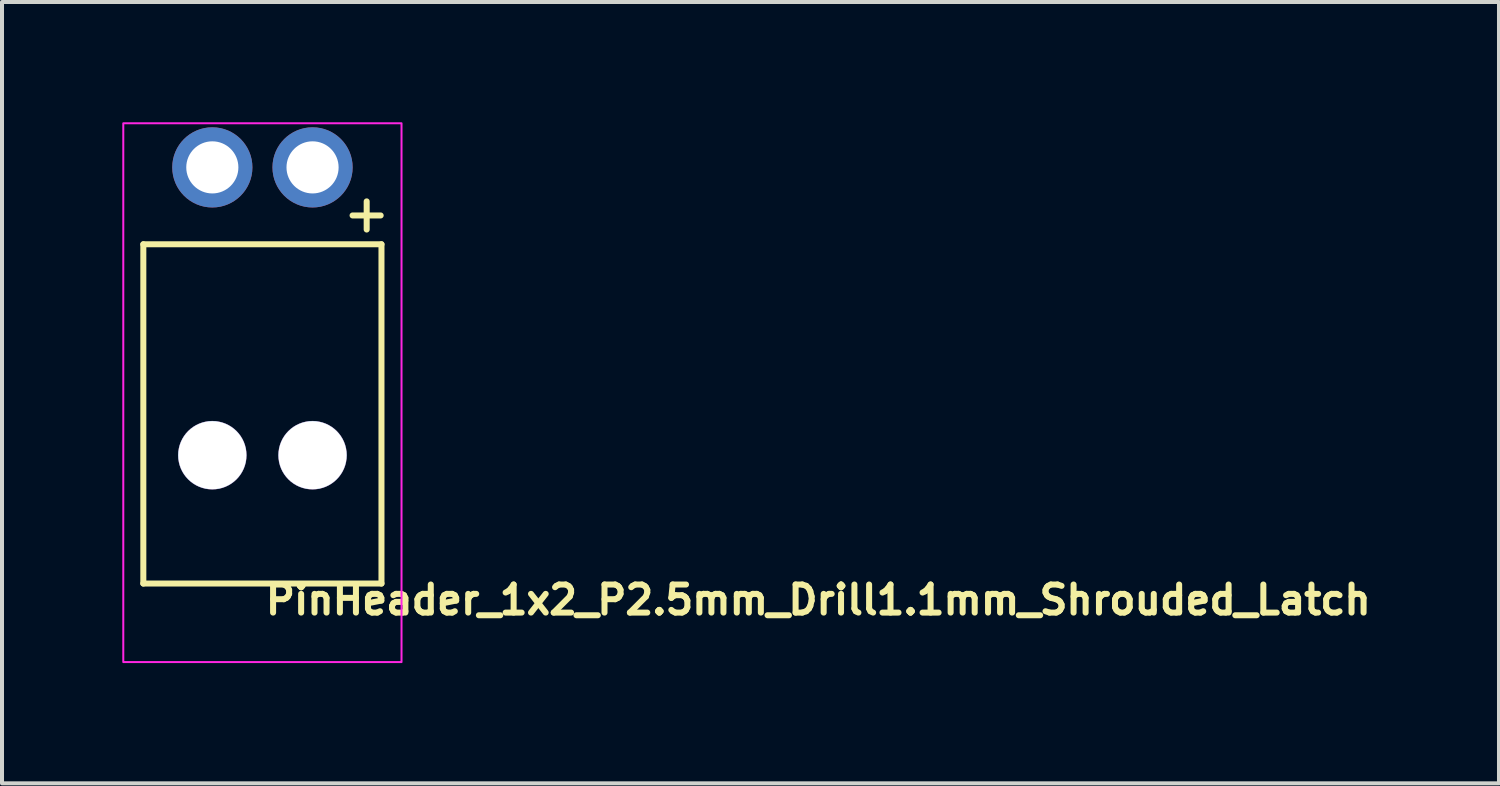
<source format=kicad_pcb>
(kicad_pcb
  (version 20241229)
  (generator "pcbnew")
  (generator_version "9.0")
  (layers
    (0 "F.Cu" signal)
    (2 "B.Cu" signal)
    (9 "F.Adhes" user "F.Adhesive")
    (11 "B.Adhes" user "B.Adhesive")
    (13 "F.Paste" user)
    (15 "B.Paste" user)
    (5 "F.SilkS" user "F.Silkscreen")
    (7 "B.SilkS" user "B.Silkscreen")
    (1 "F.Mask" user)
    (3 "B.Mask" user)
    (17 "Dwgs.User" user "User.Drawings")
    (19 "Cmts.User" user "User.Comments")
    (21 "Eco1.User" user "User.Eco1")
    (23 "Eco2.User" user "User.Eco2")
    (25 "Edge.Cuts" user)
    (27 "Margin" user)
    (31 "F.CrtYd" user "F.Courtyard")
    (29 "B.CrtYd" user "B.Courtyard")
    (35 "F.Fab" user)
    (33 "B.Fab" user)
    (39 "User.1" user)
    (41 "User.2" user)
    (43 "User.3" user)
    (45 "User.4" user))
  (footprint "PinHeader_1x2_P2.5mm_Drill1.1mm_Shrouded_Latch"
    (layer "F.Cu")
    (at 4.746 1.125)
    (property "Reference" "PinHeader_1x2_P2.5mm_Drill1.1mm_Shrouded_Latch" (at -1.25 11.198 0) (layer "F.SilkS") (effects (font (size 0.7 0.7) (thickness 0.15)) (justify left bottom)))
    (attr through_hole)
    (fp_line (start -4.221 1.918) (end -4.221 10.38) (stroke (width 0.15) (type solid)) (layer "F.SilkS"))
    (fp_line (start -4.221 1.918) (end 1.719 1.918) (stroke (width 0.15) (type solid)) (layer "F.SilkS"))
    (fp_line (start -4.221 10.38) (end 1.719 10.38) (stroke (width 0.15) (type solid)) (layer "F.SilkS"))
    (fp_line (start 0.998 1.199) (end 1.699 1.199) (stroke (width 0.15) (type solid)) (layer "F.SilkS"))
    (fp_line (start 1.35 1.55) (end 1.35 0.848) (stroke (width 0.15) (type solid)) (layer "F.SilkS"))
    (fp_line (start 1.719 1.918) (end 1.719 10.38) (stroke (width 0.15) (type solid)) (layer "F.SilkS"))
    (fp_rect (start -4.721 -1.1) (end 2.219 12.339) (stroke (width 0.05) (type solid)) (fill no) (layer "F.CrtYd"))
    (fp_rect (start -4.221 -0.6) (end 1.719 11.839) (stroke (width 0.1) (type solid)) (fill no) (layer "User.5"))
    (fp_line (start -4.221 1.918) (end -4.221 10.38) (stroke (width 0.02) (type solid)) (layer "User.9"))
    (fp_line (start -4.221 10.38) (end -3.851 10.38) (stroke (width 0.02) (type solid)) (layer "User.9"))
    (fp_line (start -3.851 5.616) (end -3.85 5.605) (stroke (width 0.02) (type solid)) (layer "User.9"))
    (fp_line (start -3.851 5.616) (end -3.85 5.605) (stroke (width 0.02) (type solid)) (layer "User.9"))
    (fp_line (start -3.851 5.629) (end -3.851 5.616) (stroke (width 0.02) (type solid)) (layer "User.9"))
    (fp_line (start -3.851 5.629) (end -3.851 5.616) (stroke (width 0.02) (type solid)) (layer "User.9"))
    (fp_line (start -3.851 5.629) (end -3.601 5.629) (stroke (width 0.02) (type solid)) (layer "User.9"))
    (fp_line (start -3.851 11.839) (end -3.851 5.629) (stroke (width 0.02) (type solid)) (layer "User.9"))
    (fp_line (start -3.85 5.605) (end -3.848 5.592) (stroke (width 0.02) (type solid)) (layer "User.9"))
    (fp_line (start -3.85 5.605) (end -3.848 5.592) (stroke (width 0.02) (type solid)) (layer "User.9"))
    (fp_line (start -3.848 5.592) (end -3.847 5.581) (stroke (width 0.02) (type solid)) (layer "User.9"))
    (fp_line (start -3.848 5.592) (end -3.847 5.581) (stroke (width 0.02) (type solid)) (layer "User.9"))
    (fp_line (start -3.847 5.581) (end -3.843 5.568) (stroke (width 0.02) (type solid)) (layer "User.9"))
    (fp_line (start -3.847 5.581) (end -3.843 5.568) (stroke (width 0.02) (type solid)) (layer "User.9"))
    (fp_line (start -3.843 5.568) (end -3.84 5.557) (stroke (width 0.02) (type solid)) (layer "User.9"))
    (fp_line (start -3.843 5.568) (end -3.84 5.557) (stroke (width 0.02) (type solid)) (layer "User.9"))
    (fp_line (start -3.84 5.557) (end -3.837 5.544) (stroke (width 0.02) (type solid)) (layer "User.9"))
    (fp_line (start -3.84 5.557) (end -3.837 5.544) (stroke (width 0.02) (type solid)) (layer "User.9"))
    (fp_line (start -3.837 5.544) (end -3.831 5.533) (stroke (width 0.02) (type solid)) (layer "User.9"))
    (fp_line (start -3.837 5.544) (end -3.831 5.533) (stroke (width 0.02) (type solid)) (layer "User.9"))
    (fp_line (start -3.831 5.533) (end -3.827 5.522) (stroke (width 0.02) (type solid)) (layer "User.9"))
    (fp_line (start -3.831 5.533) (end -3.827 5.522) (stroke (width 0.02) (type solid)) (layer "User.9"))
    (fp_line (start -3.827 5.522) (end -3.822 5.512) (stroke (width 0.02) (type solid)) (layer "User.9"))
    (fp_line (start -3.827 5.522) (end -3.822 5.512) (stroke (width 0.02) (type solid)) (layer "User.9"))
    (fp_line (start -3.822 5.512) (end -3.815 5.501) (stroke (width 0.02) (type solid)) (layer "User.9"))
    (fp_line (start -3.822 5.512) (end -3.815 5.501) (stroke (width 0.02) (type solid)) (layer "User.9"))
    (fp_line (start -3.815 5.501) (end -3.809 5.491) (stroke (width 0.02) (type solid)) (layer "User.9"))
    (fp_line (start -3.815 5.501) (end -3.809 5.491) (stroke (width 0.02) (type solid)) (layer "User.9"))
    (fp_line (start -3.809 5.491) (end -3.802 5.48) (stroke (width 0.02) (type solid)) (layer "User.9"))
    (fp_line (start -3.809 5.491) (end -3.802 5.48) (stroke (width 0.02) (type solid)) (layer "User.9"))
    (fp_line (start -3.802 5.48) (end -3.794 5.47) (stroke (width 0.02) (type solid)) (layer "User.9"))
    (fp_line (start -3.802 5.48) (end -3.794 5.47) (stroke (width 0.02) (type solid)) (layer "User.9"))
    (fp_line (start -3.794 5.47) (end -3.786 5.461) (stroke (width 0.02) (type solid)) (layer "User.9"))
    (fp_line (start -3.794 5.47) (end -3.786 5.461) (stroke (width 0.02) (type solid)) (layer "User.9"))
    (fp_line (start -3.786 5.461) (end -3.778 5.453) (stroke (width 0.02) (type solid)) (layer "User.9"))
    (fp_line (start -3.786 5.461) (end -3.778 5.453) (stroke (width 0.02) (type solid)) (layer "User.9"))
    (fp_line (start -3.778 5.453) (end -3.778 5.453) (stroke (width 0.02) (type solid)) (layer "User.9"))
    (fp_line (start -3.778 5.453) (end -3.778 5.453) (stroke (width 0.02) (type solid)) (layer "User.9"))
    (fp_line (start -3.778 5.453) (end -3.769 5.443) (stroke (width 0.02) (type solid)) (layer "User.9"))
    (fp_line (start -3.778 5.453) (end -3.769 5.443) (stroke (width 0.02) (type solid)) (layer "User.9"))
    (fp_line (start -3.769 5.443) (end -3.759 5.435) (stroke (width 0.02) (type solid)) (layer "User.9"))
    (fp_line (start -3.769 5.443) (end -3.759 5.435) (stroke (width 0.02) (type solid)) (layer "User.9"))
    (fp_line (start -3.759 5.435) (end -3.75 5.429) (stroke (width 0.02) (type solid)) (layer "User.9"))
    (fp_line (start -3.759 5.435) (end -3.75 5.429) (stroke (width 0.02) (type solid)) (layer "User.9"))
    (fp_line (start -3.75 5.429) (end -3.739 5.421) (stroke (width 0.02) (type solid)) (layer "User.9"))
    (fp_line (start -3.75 5.429) (end -3.739 5.421) (stroke (width 0.02) (type solid)) (layer "User.9"))
    (fp_line (start -3.739 5.421) (end -3.73 5.414) (stroke (width 0.02) (type solid)) (layer "User.9"))
    (fp_line (start -3.739 5.421) (end -3.73 5.414) (stroke (width 0.02) (type solid)) (layer "User.9"))
    (fp_line (start -3.73 5.414) (end -3.718 5.408) (stroke (width 0.02) (type solid)) (layer "User.9"))
    (fp_line (start -3.73 5.414) (end -3.718 5.408) (stroke (width 0.02) (type solid)) (layer "User.9"))
    (fp_line (start -3.718 5.408) (end -3.708 5.403) (stroke (width 0.02) (type solid)) (layer "User.9"))
    (fp_line (start -3.718 5.408) (end -3.708 5.403) (stroke (width 0.02) (type solid)) (layer "User.9"))
    (fp_line (start -3.708 5.403) (end -3.697 5.398) (stroke (width 0.02) (type solid)) (layer "User.9"))
    (fp_line (start -3.708 5.403) (end -3.697 5.398) (stroke (width 0.02) (type solid)) (layer "User.9"))
    (fp_line (start -3.697 5.398) (end -3.685 5.394) (stroke (width 0.02) (type solid)) (layer "User.9"))
    (fp_line (start -3.697 5.398) (end -3.685 5.394) (stroke (width 0.02) (type solid)) (layer "User.9"))
    (fp_line (start -3.685 5.394) (end -3.673 5.389) (stroke (width 0.02) (type solid)) (layer "User.9"))
    (fp_line (start -3.685 5.394) (end -3.673 5.389) (stroke (width 0.02) (type solid)) (layer "User.9"))
    (fp_line (start -3.673 5.389) (end -3.661 5.387) (stroke (width 0.02) (type solid)) (layer "User.9"))
    (fp_line (start -3.673 5.389) (end -3.661 5.387) (stroke (width 0.02) (type solid)) (layer "User.9"))
    (fp_line (start -3.661 5.387) (end -3.649 5.384) (stroke (width 0.02) (type solid)) (layer "User.9"))
    (fp_line (start -3.661 5.387) (end -3.649 5.384) (stroke (width 0.02) (type solid)) (layer "User.9"))
    (fp_line (start -3.649 5.384) (end -3.637 5.381) (stroke (width 0.02) (type solid)) (layer "User.9"))
    (fp_line (start -3.649 5.384) (end -3.637 5.381) (stroke (width 0.02) (type solid)) (layer "User.9"))
    (fp_line (start -3.637 5.381) (end -3.625 5.381) (stroke (width 0.02) (type solid)) (layer "User.9"))
    (fp_line (start -3.637 5.381) (end -3.625 5.381) (stroke (width 0.02) (type solid)) (layer "User.9"))
    (fp_line (start -3.625 5.381) (end -3.613 5.379) (stroke (width 0.02) (type solid)) (layer "User.9"))
    (fp_line (start -3.625 5.381) (end -3.613 5.379) (stroke (width 0.02) (type solid)) (layer "User.9"))
    (fp_line (start -3.613 5.379) (end -3.601 5.379) (stroke (width 0.02) (type solid)) (layer "User.9"))
    (fp_line (start -3.613 5.379) (end -3.601 5.379) (stroke (width 0.02) (type solid)) (layer "User.9"))
    (fp_line (start -3.601 5.379) (end -2.4 5.379) (stroke (width 0.02) (type solid)) (layer "User.9"))
    (fp_line (start -3.601 11.839) (end -3.851 11.839) (stroke (width 0.02) (type solid)) (layer "User.9"))
    (fp_line (start -3.601 11.839) (end 1.1 11.839) (stroke (width 0.02) (type solid)) (layer "User.9"))
    (fp_line (start -3.101 0) (end -3.1 -0.04) (stroke (width 0.02) (type solid)) (layer "User.9"))
    (fp_line (start -3.101 0.018) (end -3.101 0) (stroke (width 0.02) (type solid)) (layer "User.9"))
    (fp_line (start -3.1 -0.04) (end -3.096 -0.08) (stroke (width 0.02) (type solid)) (layer "User.9"))
    (fp_line (start -3.1 0.037) (end -3.101 0.018) (stroke (width 0.02) (type solid)) (layer "User.9"))
    (fp_line (start -3.098 0.057) (end -3.1 0.037) (stroke (width 0.02) (type solid)) (layer "User.9"))
    (fp_line (start -3.097 0.075) (end -3.098 0.057) (stroke (width 0.02) (type solid)) (layer "User.9"))
    (fp_line (start -3.096 -0.08) (end -3.089 -0.12) (stroke (width 0.02) (type solid)) (layer "User.9"))
    (fp_line (start -3.093 0.094) (end -3.097 0.075) (stroke (width 0.02) (type solid)) (layer "User.9"))
    (fp_line (start -3.089 -0.12) (end -3.081 -0.157) (stroke (width 0.02) (type solid)) (layer "User.9"))
    (fp_line (start -3.089 0.114) (end -3.093 0.094) (stroke (width 0.02) (type solid)) (layer "User.9"))
    (fp_line (start -3.081 -0.157) (end -3.068 -0.195) (stroke (width 0.02) (type solid)) (layer "User.9"))
    (fp_line (start -3.081 0.15) (end -3.089 0.114) (stroke (width 0.02) (type solid)) (layer "User.9"))
    (fp_line (start -3.071 0.186) (end -3.081 0.15) (stroke (width 0.02) (type solid)) (layer "User.9"))
    (fp_line (start -3.068 -0.195) (end -3.056 -0.232) (stroke (width 0.02) (type solid)) (layer "User.9"))
    (fp_line (start -3.057 0.222) (end -3.071 0.186) (stroke (width 0.02) (type solid)) (layer "User.9"))
    (fp_line (start -3.056 -0.232) (end -3.039 -0.267) (stroke (width 0.02) (type solid)) (layer "User.9"))
    (fp_line (start -3.043 0.257) (end -3.057 0.222) (stroke (width 0.02) (type solid)) (layer "User.9"))
    (fp_line (start -3.039 -0.267) (end -3.02 -0.3) (stroke (width 0.02) (type solid)) (layer "User.9"))
    (fp_line (start -3.025 0.29) (end -3.043 0.257) (stroke (width 0.02) (type solid)) (layer "User.9"))
    (fp_line (start -3.02 -0.3) (end -3 -0.334) (stroke (width 0.02) (type solid)) (layer "User.9"))
    (fp_line (start -3.007 0.323) (end -3.025 0.29) (stroke (width 0.02) (type solid)) (layer "User.9"))
    (fp_line (start -3 -0.334) (end -2.977 -0.365) (stroke (width 0.02) (type solid)) (layer "User.9"))
    (fp_line (start -2.985 0.353) (end -3.007 0.323) (stroke (width 0.02) (type solid)) (layer "User.9"))
    (fp_line (start -2.977 -0.365) (end -2.952 -0.396) (stroke (width 0.02) (type solid)) (layer "User.9"))
    (fp_line (start -2.961 0.384) (end -2.985 0.353) (stroke (width 0.02) (type solid)) (layer "User.9"))
    (fp_line (start -2.952 -0.396) (end -2.927 -0.424) (stroke (width 0.02) (type solid)) (layer "User.9"))
    (fp_line (start -2.936 0.412) (end -2.961 0.384) (stroke (width 0.02) (type solid)) (layer "User.9"))
    (fp_line (start -2.927 -0.424) (end -2.898 -0.452) (stroke (width 0.02) (type solid)) (layer "User.9"))
    (fp_line (start -2.91 0.438) (end -2.936 0.412) (stroke (width 0.02) (type solid)) (layer "User.9"))
    (fp_line (start -2.898 -0.452) (end -2.867 -0.477) (stroke (width 0.02) (type solid)) (layer "User.9"))
    (fp_line (start -2.895 0.451) (end -2.91 0.438) (stroke (width 0.02) (type solid)) (layer "User.9"))
    (fp_line (start -2.882 0.464) (end -2.895 0.451) (stroke (width 0.02) (type solid)) (layer "User.9"))
    (fp_line (start -2.867 -0.477) (end -2.835 -0.499) (stroke (width 0.02) (type solid)) (layer "User.9"))
    (fp_line (start -2.867 0.476) (end -2.882 0.464) (stroke (width 0.02) (type solid)) (layer "User.9"))
    (fp_line (start -2.851 0.486) (end -2.867 0.476) (stroke (width 0.02) (type solid)) (layer "User.9"))
    (fp_line (start -2.835 -0.499) (end -2.801 -0.521) (stroke (width 0.02) (type solid)) (layer "User.9"))
    (fp_line (start -2.835 0.497) (end -2.851 0.486) (stroke (width 0.02) (type solid)) (layer "User.9"))
    (fp_line (start -2.819 -0.318) (end -2.819 -0.312) (stroke (width 0.02) (type solid)) (layer "User.9"))
    (fp_line (start -2.819 -0.318) (end -2.183 -0.318) (stroke (width 0.02) (type solid)) (layer "User.9"))
    (fp_line (start -2.819 -0.312) (end -2.819 -0.312) (stroke (width 0.02) (type solid)) (layer "User.9"))
    (fp_line (start -2.819 -0.312) (end -2.819 -0.295) (stroke (width 0.02) (type solid)) (layer "User.9"))
    (fp_line (start -2.819 -0.295) (end -2.819 -0.295) (stroke (width 0.02) (type solid)) (layer "User.9"))
    (fp_line (start -2.819 -0.295) (end -2.819 -0.267) (stroke (width 0.02) (type solid)) (layer "User.9"))
    (fp_line (start -2.819 -0.267) (end -2.819 -0.267) (stroke (width 0.02) (type solid)) (layer "User.9"))
    (fp_line (start -2.819 -0.267) (end -2.819 -0.226) (stroke (width 0.02) (type solid)) (layer "User.9"))
    (fp_line (start -2.819 -0.226) (end -2.819 -0.226) (stroke (width 0.02) (type solid)) (layer "User.9"))
    (fp_line (start -2.819 -0.226) (end -2.819 -0.176) (stroke (width 0.02) (type solid)) (layer "User.9"))
    (fp_line (start -2.819 -0.176) (end -2.819 -0.176) (stroke (width 0.02) (type solid)) (layer "User.9"))
    (fp_line (start -2.819 -0.176) (end -2.819 -0.115) (stroke (width 0.02) (type solid)) (layer "User.9"))
    (fp_line (start -2.819 -0.115) (end -2.819 -0.115) (stroke (width 0.02) (type solid)) (layer "User.9"))
    (fp_line (start -2.819 -0.115) (end -2.819 -0.044) (stroke (width 0.02) (type solid)) (layer "User.9"))
    (fp_line (start -2.819 -0.044) (end -2.819 -0.044) (stroke (width 0.02) (type solid)) (layer "User.9"))
    (fp_line (start -2.819 -0.044) (end -2.819 0.616) (stroke (width 0.02) (type solid)) (layer "User.9"))
    (fp_line (start -2.819 0.508) (end -2.835 0.497) (stroke (width 0.02) (type solid)) (layer "User.9"))
    (fp_line (start -2.819 0.616) (end -2.819 1.918) (stroke (width 0.02) (type solid)) (layer "User.9"))
    (fp_line (start -2.801 -0.521) (end -2.801 -0.521) (stroke (width 0.02) (type solid)) (layer "User.9"))
    (fp_line (start -2.801 -0.521) (end -2.766 -0.54) (stroke (width 0.02) (type solid)) (layer "User.9"))
    (fp_line (start -2.766 -0.54) (end -2.73 -0.556) (stroke (width 0.02) (type solid)) (layer "User.9"))
    (fp_line (start -2.73 -0.556) (end -2.693 -0.57) (stroke (width 0.02) (type solid)) (layer "User.9"))
    (fp_line (start -2.693 -0.57) (end -2.656 -0.58) (stroke (width 0.02) (type solid)) (layer "User.9"))
    (fp_line (start -2.656 -0.58) (end -2.617 -0.589) (stroke (width 0.02) (type solid)) (layer "User.9"))
    (fp_line (start -2.617 -0.589) (end -2.578 -0.595) (stroke (width 0.02) (type solid)) (layer "User.9"))
    (fp_line (start -2.578 -0.595) (end -2.54 -0.599) (stroke (width 0.02) (type solid)) (layer "User.9"))
    (fp_line (start -2.54 -0.599) (end -2.5 -0.6) (stroke (width 0.02) (type solid)) (layer "User.9"))
    (fp_line (start -2.5 -0.6) (end -2.463 -0.599) (stroke (width 0.02) (type solid)) (layer "User.9"))
    (fp_line (start -2.463 -0.599) (end -2.423 -0.595) (stroke (width 0.02) (type solid)) (layer "User.9"))
    (fp_line (start -2.423 -0.595) (end -2.386 -0.589) (stroke (width 0.02) (type solid)) (layer "User.9"))
    (fp_line (start -2.4 5.379) (end -2.4 5.629) (stroke (width 0.02) (type solid)) (layer "User.9"))
    (fp_line (start -2.4 5.629) (end -2.4 10.24) (stroke (width 0.02) (type solid)) (layer "User.9"))
    (fp_line (start -2.4 10.24) (end -2.4 10.253) (stroke (width 0.02) (type solid)) (layer "User.9"))
    (fp_line (start -2.4 10.253) (end -2.399 10.268) (stroke (width 0.02) (type solid)) (layer "User.9"))
    (fp_line (start -2.399 10.268) (end -2.398 10.284) (stroke (width 0.02) (type solid)) (layer "User.9"))
    (fp_line (start -2.398 10.284) (end -2.395 10.297) (stroke (width 0.02) (type solid)) (layer "User.9"))
    (fp_line (start -2.395 10.297) (end -2.391 10.313) (stroke (width 0.02) (type solid)) (layer "User.9"))
    (fp_line (start -2.391 10.313) (end -2.388 10.326) (stroke (width 0.02) (type solid)) (layer "User.9"))
    (fp_line (start -2.388 10.326) (end -2.383 10.341) (stroke (width 0.02) (type solid)) (layer "User.9"))
    (fp_line (start -2.386 -0.589) (end -2.347 -0.58) (stroke (width 0.02) (type solid)) (layer "User.9"))
    (fp_line (start -2.383 10.341) (end -2.379 10.354) (stroke (width 0.02) (type solid)) (layer "User.9"))
    (fp_line (start -2.379 10.354) (end -2.372 10.368) (stroke (width 0.02) (type solid)) (layer "User.9"))
    (fp_line (start -2.372 10.368) (end -2.366 10.381) (stroke (width 0.02) (type solid)) (layer "User.9"))
    (fp_line (start -2.367 10.38) (end -0.136 10.38) (stroke (width 0.02) (type solid)) (layer "User.9"))
    (fp_line (start -2.366 10.381) (end -2.359 10.393) (stroke (width 0.02) (type solid)) (layer "User.9"))
    (fp_line (start -2.359 10.393) (end -2.351 10.406) (stroke (width 0.02) (type solid)) (layer "User.9"))
    (fp_line (start -2.351 10.406) (end -2.343 10.418) (stroke (width 0.02) (type solid)) (layer "User.9"))
    (fp_line (start -2.347 -0.58) (end -2.31 -0.57) (stroke (width 0.02) (type solid)) (layer "User.9"))
    (fp_line (start -2.343 10.418) (end -2.334 10.429) (stroke (width 0.02) (type solid)) (layer "User.9"))
    (fp_line (start -2.334 10.429) (end -2.323 10.441) (stroke (width 0.02) (type solid)) (layer "User.9"))
    (fp_line (start -2.323 10.441) (end -2.314 10.451) (stroke (width 0.02) (type solid)) (layer "User.9"))
    (fp_line (start -2.314 10.451) (end -2.314 10.451) (stroke (width 0.02) (type solid)) (layer "User.9"))
    (fp_line (start -2.314 10.451) (end -2.302 10.461) (stroke (width 0.02) (type solid)) (layer "User.9"))
    (fp_line (start -2.31 -0.57) (end -2.273 -0.556) (stroke (width 0.02) (type solid)) (layer "User.9"))
    (fp_line (start -2.302 10.461) (end -2.291 10.471) (stroke (width 0.02) (type solid)) (layer "User.9"))
    (fp_line (start -2.291 10.471) (end -2.279 10.48) (stroke (width 0.02) (type solid)) (layer "User.9"))
    (fp_line (start -2.279 10.48) (end -2.267 10.489) (stroke (width 0.02) (type solid)) (layer "User.9"))
    (fp_line (start -2.273 -0.556) (end -2.237 -0.54) (stroke (width 0.02) (type solid)) (layer "User.9"))
    (fp_line (start -2.267 10.489) (end -2.255 10.496) (stroke (width 0.02) (type solid)) (layer "User.9"))
    (fp_line (start -2.255 10.496) (end -2.242 10.503) (stroke (width 0.02) (type solid)) (layer "User.9"))
    (fp_line (start -2.242 10.503) (end -2.23 10.511) (stroke (width 0.02) (type solid)) (layer "User.9"))
    (fp_line (start -2.237 -0.54) (end -2.202 -0.521) (stroke (width 0.02) (type solid)) (layer "User.9"))
    (fp_line (start -2.23 10.511) (end -2.215 10.516) (stroke (width 0.02) (type solid)) (layer "User.9"))
    (fp_line (start -2.215 10.516) (end -2.202 10.522) (stroke (width 0.02) (type solid)) (layer "User.9"))
    (fp_line (start -2.202 -0.521) (end -2.202 -0.521) (stroke (width 0.02) (type solid)) (layer "User.9"))
    (fp_line (start -2.202 -0.521) (end -2.183 -0.51) (stroke (width 0.02) (type solid)) (layer "User.9"))
    (fp_line (start -2.202 10.522) (end -2.189 10.527) (stroke (width 0.02) (type solid)) (layer "User.9"))
    (fp_line (start -2.189 10.527) (end -2.174 10.529) (stroke (width 0.02) (type solid)) (layer "User.9"))
    (fp_line (start -2.183 -0.51) (end -2.168 -0.499) (stroke (width 0.02) (type solid)) (layer "User.9"))
    (fp_line (start -2.183 -0.318) (end -2.183 -0.312) (stroke (width 0.02) (type solid)) (layer "User.9"))
    (fp_line (start -2.183 -0.312) (end -2.183 -0.312) (stroke (width 0.02) (type solid)) (layer "User.9"))
    (fp_line (start -2.183 -0.312) (end -2.183 -0.295) (stroke (width 0.02) (type solid)) (layer "User.9"))
    (fp_line (start -2.183 -0.295) (end -2.183 -0.295) (stroke (width 0.02) (type solid)) (layer "User.9"))
    (fp_line (start -2.183 -0.295) (end -2.183 -0.267) (stroke (width 0.02) (type solid)) (layer "User.9"))
    (fp_line (start -2.183 -0.267) (end -2.183 -0.267) (stroke (width 0.02) (type solid)) (layer "User.9"))
    (fp_line (start -2.183 -0.267) (end -2.183 -0.226) (stroke (width 0.02) (type solid)) (layer "User.9"))
    (fp_line (start -2.183 -0.226) (end -2.183 -0.226) (stroke (width 0.02) (type solid)) (layer "User.9"))
    (fp_line (start -2.183 -0.226) (end -2.183 -0.176) (stroke (width 0.02) (type solid)) (layer "User.9"))
    (fp_line (start -2.183 -0.176) (end -2.183 -0.176) (stroke (width 0.02) (type solid)) (layer "User.9"))
    (fp_line (start -2.183 -0.176) (end -2.183 -0.115) (stroke (width 0.02) (type solid)) (layer "User.9"))
    (fp_line (start -2.183 -0.115) (end -2.183 -0.115) (stroke (width 0.02) (type solid)) (layer "User.9"))
    (fp_line (start -2.183 -0.115) (end -2.183 -0.044) (stroke (width 0.02) (type solid)) (layer "User.9"))
    (fp_line (start -2.183 -0.044) (end -2.183 -0.044) (stroke (width 0.02) (type solid)) (layer "User.9"))
    (fp_line (start -2.183 -0.044) (end -2.183 0.616) (stroke (width 0.02) (type solid)) (layer "User.9"))
    (fp_line (start -2.183 0.616) (end -2.183 1.918) (stroke (width 0.02) (type solid)) (layer "User.9"))
    (fp_line (start -2.174 10.529) (end -2.16 10.534) (stroke (width 0.02) (type solid)) (layer "User.9"))
    (fp_line (start -2.168 -0.499) (end -2.15 -0.488) (stroke (width 0.02) (type solid)) (layer "User.9"))
    (fp_line (start -2.16 10.534) (end -2.145 10.535) (stroke (width 0.02) (type solid)) (layer "User.9"))
    (fp_line (start -2.152 0.486) (end -2.183 0.508) (stroke (width 0.02) (type solid)) (layer "User.9"))
    (fp_line (start -2.15 -0.488) (end -2.134 -0.477) (stroke (width 0.02) (type solid)) (layer "User.9"))
    (fp_line (start -2.145 10.535) (end -2.13 10.538) (stroke (width 0.02) (type solid)) (layer "User.9"))
    (fp_line (start -2.134 -0.477) (end -2.12 -0.465) (stroke (width 0.02) (type solid)) (layer "User.9"))
    (fp_line (start -2.13 10.538) (end -2.116 10.538) (stroke (width 0.02) (type solid)) (layer "User.9"))
    (fp_line (start -2.121 0.464) (end -2.152 0.486) (stroke (width 0.02) (type solid)) (layer "User.9"))
    (fp_line (start -2.12 -0.465) (end -2.105 -0.452) (stroke (width 0.02) (type solid)) (layer "User.9"))
    (fp_line (start -2.116 10.538) (end -2.101 10.538) (stroke (width 0.02) (type solid)) (layer "User.9"))
    (fp_line (start -2.105 -0.452) (end -2.089 -0.438) (stroke (width 0.02) (type solid)) (layer "User.9"))
    (fp_line (start -2.101 10.538) (end -0.402 10.538) (stroke (width 0.02) (type solid)) (layer "User.9"))
    (fp_line (start -2.093 0.438) (end -2.121 0.464) (stroke (width 0.02) (type solid)) (layer "User.9"))
    (fp_line (start -2.089 -0.438) (end -2.076 -0.424) (stroke (width 0.02) (type solid)) (layer "User.9"))
    (fp_line (start -2.076 -0.424) (end -2.062 -0.411) (stroke (width 0.02) (type solid)) (layer "User.9"))
    (fp_line (start -2.065 0.412) (end -2.093 0.438) (stroke (width 0.02) (type solid)) (layer "User.9"))
    (fp_line (start -2.062 -0.411) (end -2.049 -0.396) (stroke (width 0.02) (type solid)) (layer "User.9"))
    (fp_line (start -2.049 -0.396) (end -2.036 -0.38) (stroke (width 0.02) (type solid)) (layer "User.9"))
    (fp_line (start -2.04 0.384) (end -2.065 0.412) (stroke (width 0.02) (type solid)) (layer "User.9"))
    (fp_line (start -2.036 -0.38) (end -2.024 -0.365) (stroke (width 0.02) (type solid)) (layer "User.9"))
    (fp_line (start -2.024 -0.365) (end -2.012 -0.35) (stroke (width 0.02) (type solid)) (layer "User.9"))
    (fp_line (start -2.016 0.353) (end -2.04 0.384) (stroke (width 0.02) (type solid)) (layer "User.9"))
    (fp_line (start -2.012 -0.35) (end -2.001 -0.334) (stroke (width 0.02) (type solid)) (layer "User.9"))
    (fp_line (start -2.001 -0.334) (end -1.992 -0.317) (stroke (width 0.02) (type solid)) (layer "User.9"))
    (fp_line (start -1.996 0.323) (end -2.016 0.353) (stroke (width 0.02) (type solid)) (layer "User.9"))
    (fp_line (start -1.992 -0.317) (end -1.982 -0.3) (stroke (width 0.02) (type solid)) (layer "User.9"))
    (fp_line (start -1.982 -0.3) (end -1.972 -0.285) (stroke (width 0.02) (type solid)) (layer "User.9"))
    (fp_line (start -1.976 0.29) (end -1.996 0.323) (stroke (width 0.02) (type solid)) (layer "User.9"))
    (fp_line (start -1.972 -0.285) (end -1.964 -0.267) (stroke (width 0.02) (type solid)) (layer "User.9"))
    (fp_line (start -1.964 -0.267) (end -1.954 -0.249) (stroke (width 0.02) (type solid)) (layer "User.9"))
    (fp_line (start -1.96 0.257) (end -1.976 0.29) (stroke (width 0.02) (type solid)) (layer "User.9"))
    (fp_line (start -1.954 -0.249) (end -1.946 -0.232) (stroke (width 0.02) (type solid)) (layer "User.9"))
    (fp_line (start -1.946 -0.232) (end -1.94 -0.213) (stroke (width 0.02) (type solid)) (layer "User.9"))
    (fp_line (start -1.944 0.222) (end -1.96 0.257) (stroke (width 0.02) (type solid)) (layer "User.9"))
    (fp_line (start -1.94 -0.213) (end -1.934 -0.195) (stroke (width 0.02) (type solid)) (layer "User.9"))
    (fp_line (start -1.934 -0.195) (end -1.928 -0.176) (stroke (width 0.02) (type solid)) (layer "User.9"))
    (fp_line (start -1.932 0.186) (end -1.944 0.222) (stroke (width 0.02) (type solid)) (layer "User.9"))
    (fp_line (start -1.928 -0.176) (end -1.922 -0.157) (stroke (width 0.02) (type solid)) (layer "User.9"))
    (fp_line (start -1.922 -0.157) (end -1.917 -0.139) (stroke (width 0.02) (type solid)) (layer "User.9"))
    (fp_line (start -1.92 0.15) (end -1.932 0.186) (stroke (width 0.02) (type solid)) (layer "User.9"))
    (fp_line (start -1.917 -0.139) (end -1.913 -0.12) (stroke (width 0.02) (type solid)) (layer "User.9"))
    (fp_line (start -1.913 -0.12) (end -1.909 -0.101) (stroke (width 0.02) (type solid)) (layer "User.9"))
    (fp_line (start -1.913 0.114) (end -1.92 0.15) (stroke (width 0.02) (type solid)) (layer "User.9"))
    (fp_line (start -1.909 -0.101) (end -1.907 -0.08) (stroke (width 0.02) (type solid)) (layer "User.9"))
    (fp_line (start -1.907 -0.08) (end -1.903 -0.06) (stroke (width 0.02) (type solid)) (layer "User.9"))
    (fp_line (start -1.905 0.075) (end -1.913 0.114) (stroke (width 0.02) (type solid)) (layer "User.9"))
    (fp_line (start -1.903 -0.06) (end -1.903 -0.04) (stroke (width 0.02) (type solid)) (layer "User.9"))
    (fp_line (start -1.903 -0.04) (end -1.901 -0.022) (stroke (width 0.02) (type solid)) (layer "User.9"))
    (fp_line (start -1.903 0.037) (end -1.905 0.075) (stroke (width 0.02) (type solid)) (layer "User.9"))
    (fp_line (start -1.901 -0.022) (end -1.901 0) (stroke (width 0.02) (type solid)) (layer "User.9"))
    (fp_line (start -1.901 0) (end -1.903 0.037) (stroke (width 0.02) (type solid)) (layer "User.9"))
    (fp_line (start -0.6 0) (end -0.599 -0.04) (stroke (width 0.02) (type solid)) (layer "User.9"))
    (fp_line (start -0.6 0.018) (end -0.6 0) (stroke (width 0.02) (type solid)) (layer "User.9"))
    (fp_line (start -0.599 -0.04) (end -0.595 -0.08) (stroke (width 0.02) (type solid)) (layer "User.9"))
    (fp_line (start -0.599 0.037) (end -0.6 0.018) (stroke (width 0.02) (type solid)) (layer "User.9"))
    (fp_line (start -0.598 0.057) (end -0.599 0.037) (stroke (width 0.02) (type solid)) (layer "User.9"))
    (fp_line (start -0.596 0.075) (end -0.598 0.057) (stroke (width 0.02) (type solid)) (layer "User.9"))
    (fp_line (start -0.595 -0.08) (end -0.589 -0.12) (stroke (width 0.02) (type solid)) (layer "User.9"))
    (fp_line (start -0.593 0.094) (end -0.596 0.075) (stroke (width 0.02) (type solid)) (layer "User.9"))
    (fp_line (start -0.589 -0.12) (end -0.58 -0.157) (stroke (width 0.02) (type solid)) (layer "User.9"))
    (fp_line (start -0.589 0.114) (end -0.593 0.094) (stroke (width 0.02) (type solid)) (layer "User.9"))
    (fp_line (start -0.581 0.15) (end -0.589 0.114) (stroke (width 0.02) (type solid)) (layer "User.9"))
    (fp_line (start -0.58 -0.157) (end -0.569 -0.195) (stroke (width 0.02) (type solid)) (layer "User.9"))
    (fp_line (start -0.571 0.186) (end -0.581 0.15) (stroke (width 0.02) (type solid)) (layer "User.9"))
    (fp_line (start -0.569 -0.195) (end -0.556 -0.232) (stroke (width 0.02) (type solid)) (layer "User.9"))
    (fp_line (start -0.558 0.222) (end -0.571 0.186) (stroke (width 0.02) (type solid)) (layer "User.9"))
    (fp_line (start -0.556 -0.232) (end -0.539 -0.267) (stroke (width 0.02) (type solid)) (layer "User.9"))
    (fp_line (start -0.543 0.257) (end -0.558 0.222) (stroke (width 0.02) (type solid)) (layer "User.9"))
    (fp_line (start -0.539 -0.267) (end -0.521 -0.3) (stroke (width 0.02) (type solid)) (layer "User.9"))
    (fp_line (start -0.526 0.29) (end -0.543 0.257) (stroke (width 0.02) (type solid)) (layer "User.9"))
    (fp_line (start -0.521 -0.3) (end -0.5 -0.334) (stroke (width 0.02) (type solid)) (layer "User.9"))
    (fp_line (start -0.506 0.323) (end -0.526 0.29) (stroke (width 0.02) (type solid)) (layer "User.9"))
    (fp_line (start -0.5 -0.334) (end -0.478 -0.365) (stroke (width 0.02) (type solid)) (layer "User.9"))
    (fp_line (start -0.485 0.353) (end -0.506 0.323) (stroke (width 0.02) (type solid)) (layer "User.9"))
    (fp_line (start -0.478 -0.365) (end -0.453 -0.396) (stroke (width 0.02) (type solid)) (layer "User.9"))
    (fp_line (start -0.462 0.384) (end -0.485 0.353) (stroke (width 0.02) (type solid)) (layer "User.9"))
    (fp_line (start -0.453 -0.396) (end -0.426 -0.424) (stroke (width 0.02) (type solid)) (layer "User.9"))
    (fp_line (start -0.436 0.412) (end -0.462 0.384) (stroke (width 0.02) (type solid)) (layer "User.9"))
    (fp_line (start -0.426 -0.424) (end -0.398 -0.452) (stroke (width 0.02) (type solid)) (layer "User.9"))
    (fp_line (start -0.41 0.438) (end -0.436 0.412) (stroke (width 0.02) (type solid)) (layer "User.9"))
    (fp_line (start -0.402 10.538) (end -0.387 10.538) (stroke (width 0.02) (type solid)) (layer "User.9"))
    (fp_line (start -0.398 -0.452) (end -0.367 -0.477) (stroke (width 0.02) (type solid)) (layer "User.9"))
    (fp_line (start -0.396 0.451) (end -0.41 0.438) (stroke (width 0.02) (type solid)) (layer "User.9"))
    (fp_line (start -0.387 10.538) (end -0.371 10.538) (stroke (width 0.02) (type solid)) (layer "User.9"))
    (fp_line (start -0.381 0.464) (end -0.396 0.451) (stroke (width 0.02) (type solid)) (layer "User.9"))
    (fp_line (start -0.371 10.538) (end -0.356 10.535) (stroke (width 0.02) (type solid)) (layer "User.9"))
    (fp_line (start -0.367 -0.477) (end -0.335 -0.499) (stroke (width 0.02) (type solid)) (layer "User.9"))
    (fp_line (start -0.366 0.476) (end -0.381 0.464) (stroke (width 0.02) (type solid)) (layer "User.9"))
    (fp_line (start -0.356 10.535) (end -0.343 10.534) (stroke (width 0.02) (type solid)) (layer "User.9"))
    (fp_line (start -0.351 0.486) (end -0.366 0.476) (stroke (width 0.02) (type solid)) (layer "User.9"))
    (fp_line (start -0.343 10.534) (end -0.328 10.529) (stroke (width 0.02) (type solid)) (layer "User.9"))
    (fp_line (start -0.335 -0.499) (end -0.301 -0.521) (stroke (width 0.02) (type solid)) (layer "User.9"))
    (fp_line (start -0.335 0.497) (end -0.351 0.486) (stroke (width 0.02) (type solid)) (layer "User.9"))
    (fp_line (start -0.328 10.529) (end -0.313 10.527) (stroke (width 0.02) (type solid)) (layer "User.9"))
    (fp_line (start -0.318 -0.318) (end -0.318 -0.312) (stroke (width 0.02) (type solid)) (layer "User.9"))
    (fp_line (start -0.318 -0.318) (end 0.316 -0.318) (stroke (width 0.02) (type solid)) (layer "User.9"))
    (fp_line (start -0.318 -0.312) (end -0.318 -0.312) (stroke (width 0.02) (type solid)) (layer "User.9"))
    (fp_line (start -0.318 -0.312) (end -0.318 -0.295) (stroke (width 0.02) (type solid)) (layer "User.9"))
    (fp_line (start -0.318 -0.295) (end -0.318 -0.295) (stroke (width 0.02) (type solid)) (layer "User.9"))
    (fp_line (start -0.318 -0.295) (end -0.318 -0.267) (stroke (width 0.02) (type solid)) (layer "User.9"))
    (fp_line (start -0.318 -0.267) (end -0.318 -0.267) (stroke (width 0.02) (type solid)) (layer "User.9"))
    (fp_line (start -0.318 -0.267) (end -0.318 -0.226) (stroke (width 0.02) (type solid)) (layer "User.9"))
    (fp_line (start -0.318 -0.226) (end -0.318 -0.226) (stroke (width 0.02) (type solid)) (layer "User.9"))
    (fp_line (start -0.318 -0.226) (end -0.318 -0.176) (stroke (width 0.02) (type solid)) (layer "User.9"))
    (fp_line (start -0.318 -0.176) (end -0.318 -0.176) (stroke (width 0.02) (type solid)) (layer "User.9"))
    (fp_line (start -0.318 -0.176) (end -0.318 -0.115) (stroke (width 0.02) (type solid)) (layer "User.9"))
    (fp_line (start -0.318 -0.115) (end -0.318 -0.115) (stroke (width 0.02) (type solid)) (layer "User.9"))
    (fp_line (start -0.318 -0.115) (end -0.318 -0.044) (stroke (width 0.02) (type solid)) (layer "User.9"))
    (fp_line (start -0.318 -0.044) (end -0.318 -0.044) (stroke (width 0.02) (type solid)) (layer "User.9"))
    (fp_line (start -0.318 -0.044) (end -0.318 0.616) (stroke (width 0.02) (type solid)) (layer "User.9"))
    (fp_line (start -0.318 0.508) (end -0.335 0.497) (stroke (width 0.02) (type solid)) (layer "User.9"))
    (fp_line (start -0.318 0.616) (end -0.318 1.918) (stroke (width 0.02) (type solid)) (layer "User.9"))
    (fp_line (start -0.313 10.527) (end -0.299 10.522) (stroke (width 0.02) (type solid)) (layer "User.9"))
    (fp_line (start -0.301 -0.521) (end -0.301 -0.521) (stroke (width 0.02) (type solid)) (layer "User.9"))
    (fp_line (start -0.301 -0.521) (end -0.266 -0.54) (stroke (width 0.02) (type solid)) (layer "User.9"))
    (fp_line (start -0.299 10.522) (end -0.287 10.516) (stroke (width 0.02) (type solid)) (layer "User.9"))
    (fp_line (start -0.287 10.516) (end -0.273 10.511) (stroke (width 0.02) (type solid)) (layer "User.9"))
    (fp_line (start -0.273 10.511) (end -0.26 10.503) (stroke (width 0.02) (type solid)) (layer "User.9"))
    (fp_line (start -0.266 -0.54) (end -0.23 -0.556) (stroke (width 0.02) (type solid)) (layer "User.9"))
    (fp_line (start -0.26 10.503) (end -0.246 10.496) (stroke (width 0.02) (type solid)) (layer "User.9"))
    (fp_line (start -0.246 10.496) (end -0.235 10.489) (stroke (width 0.02) (type solid)) (layer "User.9"))
    (fp_line (start -0.235 10.489) (end -0.222 10.48) (stroke (width 0.02) (type solid)) (layer "User.9"))
    (fp_line (start -0.23 -0.556) (end -0.192 -0.57) (stroke (width 0.02) (type solid)) (layer "User.9"))
    (fp_line (start -0.222 10.48) (end -0.21 10.471) (stroke (width 0.02) (type solid)) (layer "User.9"))
    (fp_line (start -0.21 10.471) (end -0.2 10.461) (stroke (width 0.02) (type solid)) (layer "User.9"))
    (fp_line (start -0.2 10.461) (end -0.188 10.451) (stroke (width 0.02) (type solid)) (layer "User.9"))
    (fp_line (start -0.192 -0.57) (end -0.155 -0.58) (stroke (width 0.02) (type solid)) (layer "User.9"))
    (fp_line (start -0.188 10.451) (end -0.188 10.451) (stroke (width 0.02) (type solid)) (layer "User.9"))
    (fp_line (start -0.188 10.451) (end -0.178 10.441) (stroke (width 0.02) (type solid)) (layer "User.9"))
    (fp_line (start -0.178 10.441) (end -0.169 10.429) (stroke (width 0.02) (type solid)) (layer "User.9"))
    (fp_line (start -0.169 10.429) (end -0.159 10.418) (stroke (width 0.02) (type solid)) (layer "User.9"))
    (fp_line (start -0.159 10.418) (end -0.151 10.406) (stroke (width 0.02) (type solid)) (layer "User.9"))
    (fp_line (start -0.155 -0.58) (end -0.117 -0.589) (stroke (width 0.02) (type solid)) (layer "User.9"))
    (fp_line (start -0.151 10.406) (end -0.144 10.393) (stroke (width 0.02) (type solid)) (layer "User.9"))
    (fp_line (start -0.144 10.393) (end -0.137 10.381) (stroke (width 0.02) (type solid)) (layer "User.9"))
    (fp_line (start -0.137 10.381) (end -0.13 10.368) (stroke (width 0.02) (type solid)) (layer "User.9"))
    (fp_line (start -0.13 10.368) (end -0.123 10.354) (stroke (width 0.02) (type solid)) (layer "User.9"))
    (fp_line (start -0.123 10.354) (end -0.119 10.341) (stroke (width 0.02) (type solid)) (layer "User.9"))
    (fp_line (start -0.119 10.341) (end -0.114 10.326) (stroke (width 0.02) (type solid)) (layer "User.9"))
    (fp_line (start -0.117 -0.589) (end -0.078 -0.595) (stroke (width 0.02) (type solid)) (layer "User.9"))
    (fp_line (start -0.114 10.326) (end -0.11 10.313) (stroke (width 0.02) (type solid)) (layer "User.9"))
    (fp_line (start -0.11 10.313) (end -0.106 10.297) (stroke (width 0.02) (type solid)) (layer "User.9"))
    (fp_line (start -0.106 10.297) (end -0.105 10.284) (stroke (width 0.02) (type solid)) (layer "User.9"))
    (fp_line (start -0.105 10.284) (end -0.103 10.268) (stroke (width 0.02) (type solid)) (layer "User.9"))
    (fp_line (start -0.103 10.268) (end -0.102 10.253) (stroke (width 0.02) (type solid)) (layer "User.9"))
    (fp_line (start -0.102 5.379) (end -2.4 5.379) (stroke (width 0.02) (type solid)) (layer "User.9"))
    (fp_line (start -0.102 5.379) (end -0.102 5.629) (stroke (width 0.02) (type solid)) (layer "User.9"))
    (fp_line (start -0.102 5.379) (end 1.1 5.379) (stroke (width 0.02) (type solid)) (layer "User.9"))
    (fp_line (start -0.102 5.629) (end -0.102 10.24) (stroke (width 0.02) (type solid)) (layer "User.9"))
    (fp_line (start -0.102 5.839) (end -2.4 5.839) (stroke (width 0.02) (type solid)) (layer "User.9"))
    (fp_line (start -0.102 10.253) (end -0.102 10.24) (stroke (width 0.02) (type solid)) (layer "User.9"))
    (fp_line (start -0.078 -0.595) (end -0.039 -0.599) (stroke (width 0.02) (type solid)) (layer "User.9"))
    (fp_line (start -0.039 -0.599) (end 0 -0.6) (stroke (width 0.02) (type solid)) (layer "User.9"))
    (fp_line (start 0 -0.6) (end 0.037 -0.599) (stroke (width 0.02) (type solid)) (layer "User.9"))
    (fp_line (start 0.037 -0.599) (end 0.076 -0.595) (stroke (width 0.02) (type solid)) (layer "User.9"))
    (fp_line (start 0.076 -0.595) (end 0.115 -0.589) (stroke (width 0.02) (type solid)) (layer "User.9"))
    (fp_line (start 0.115 -0.589) (end 0.153 -0.58) (stroke (width 0.02) (type solid)) (layer "User.9"))
    (fp_line (start 0.153 -0.58) (end 0.19 -0.57) (stroke (width 0.02) (type solid)) (layer "User.9"))
    (fp_line (start 0.19 -0.57) (end 0.228 -0.556) (stroke (width 0.02) (type solid)) (layer "User.9"))
    (fp_line (start 0.228 -0.556) (end 0.264 -0.54) (stroke (width 0.02) (type solid)) (layer "User.9"))
    (fp_line (start 0.264 -0.54) (end 0.299 -0.521) (stroke (width 0.02) (type solid)) (layer "User.9"))
    (fp_line (start 0.299 -0.521) (end 0.299 -0.521) (stroke (width 0.02) (type solid)) (layer "User.9"))
    (fp_line (start 0.299 -0.521) (end 0.316 -0.51) (stroke (width 0.02) (type solid)) (layer "User.9"))
    (fp_line (start 0.316 -0.51) (end 0.333 -0.499) (stroke (width 0.02) (type solid)) (layer "User.9"))
    (fp_line (start 0.316 -0.318) (end 0.316 -0.312) (stroke (width 0.02) (type solid)) (layer "User.9"))
    (fp_line (start 0.316 -0.312) (end 0.316 -0.312) (stroke (width 0.02) (type solid)) (layer "User.9"))
    (fp_line (start 0.316 -0.312) (end 0.316 -0.295) (stroke (width 0.02) (type solid)) (layer "User.9"))
    (fp_line (start 0.316 -0.295) (end 0.316 -0.295) (stroke (width 0.02) (type solid)) (layer "User.9"))
    (fp_line (start 0.316 -0.295) (end 0.316 -0.267) (stroke (width 0.02) (type solid)) (layer "User.9"))
    (fp_line (start 0.316 -0.267) (end 0.316 -0.267) (stroke (width 0.02) (type solid)) (layer "User.9"))
    (fp_line (start 0.316 -0.267) (end 0.316 -0.226) (stroke (width 0.02) (type solid)) (layer "User.9"))
    (fp_line (start 0.316 -0.226) (end 0.316 -0.226) (stroke (width 0.02) (type solid)) (layer "User.9"))
    (fp_line (start 0.316 -0.226) (end 0.316 -0.176) (stroke (width 0.02) (type solid)) (layer "User.9"))
    (fp_line (start 0.316 -0.176) (end 0.316 -0.176) (stroke (width 0.02) (type solid)) (layer "User.9"))
    (fp_line (start 0.316 -0.176) (end 0.316 -0.115) (stroke (width 0.02) (type solid)) (layer "User.9"))
    (fp_line (start 0.316 -0.115) (end 0.316 -0.115) (stroke (width 0.02) (type solid)) (layer "User.9"))
    (fp_line (start 0.316 -0.115) (end 0.316 -0.044) (stroke (width 0.02) (type solid)) (layer "User.9"))
    (fp_line (start 0.316 -0.044) (end 0.316 -0.044) (stroke (width 0.02) (type solid)) (layer "User.9"))
    (fp_line (start 0.316 -0.044) (end 0.316 0.616) (stroke (width 0.02) (type solid)) (layer "User.9"))
    (fp_line (start 0.316 0.616) (end 0.316 1.918) (stroke (width 0.02) (type solid)) (layer "User.9"))
    (fp_line (start 0.333 -0.499) (end 0.35 -0.488) (stroke (width 0.02) (type solid)) (layer "User.9"))
    (fp_line (start 0.349 0.486) (end 0.316 0.508) (stroke (width 0.02) (type solid)) (layer "User.9"))
    (fp_line (start 0.35 -0.488) (end 0.365 -0.477) (stroke (width 0.02) (type solid)) (layer "User.9"))
    (fp_line (start 0.365 -0.477) (end 0.38 -0.465) (stroke (width 0.02) (type solid)) (layer "User.9"))
    (fp_line (start 0.379 0.464) (end 0.349 0.486) (stroke (width 0.02) (type solid)) (layer "User.9"))
    (fp_line (start 0.38 -0.465) (end 0.396 -0.452) (stroke (width 0.02) (type solid)) (layer "User.9"))
    (fp_line (start 0.396 -0.452) (end 0.411 -0.438) (stroke (width 0.02) (type solid)) (layer "User.9"))
    (fp_line (start 0.408 0.438) (end 0.379 0.464) (stroke (width 0.02) (type solid)) (layer "User.9"))
    (fp_line (start 0.411 -0.438) (end 0.424 -0.424) (stroke (width 0.02) (type solid)) (layer "User.9"))
    (fp_line (start 0.424 -0.424) (end 0.437 -0.411) (stroke (width 0.02) (type solid)) (layer "User.9"))
    (fp_line (start 0.434 0.412) (end 0.408 0.438) (stroke (width 0.02) (type solid)) (layer "User.9"))
    (fp_line (start 0.437 -0.411) (end 0.451 -0.396) (stroke (width 0.02) (type solid)) (layer "User.9"))
    (fp_line (start 0.451 -0.396) (end 0.464 -0.38) (stroke (width 0.02) (type solid)) (layer "User.9"))
    (fp_line (start 0.46 0.384) (end 0.434 0.412) (stroke (width 0.02) (type solid)) (layer "User.9"))
    (fp_line (start 0.464 -0.38) (end 0.476 -0.365) (stroke (width 0.02) (type solid)) (layer "User.9"))
    (fp_line (start 0.476 -0.365) (end 0.487 -0.35) (stroke (width 0.02) (type solid)) (layer "User.9"))
    (fp_line (start 0.483 0.353) (end 0.46 0.384) (stroke (width 0.02) (type solid)) (layer "User.9"))
    (fp_line (start 0.487 -0.35) (end 0.498 -0.334) (stroke (width 0.02) (type solid)) (layer "User.9"))
    (fp_line (start 0.498 -0.334) (end 0.508 -0.317) (stroke (width 0.02) (type solid)) (layer "User.9"))
    (fp_line (start 0.504 0.323) (end 0.483 0.353) (stroke (width 0.02) (type solid)) (layer "User.9"))
    (fp_line (start 0.508 -0.317) (end 0.519 -0.3) (stroke (width 0.02) (type solid)) (layer "User.9"))
    (fp_line (start 0.519 -0.3) (end 0.529 -0.285) (stroke (width 0.02) (type solid)) (layer "User.9"))
    (fp_line (start 0.524 0.29) (end 0.504 0.323) (stroke (width 0.02) (type solid)) (layer "User.9"))
    (fp_line (start 0.529 -0.285) (end 0.537 -0.267) (stroke (width 0.02) (type solid)) (layer "User.9"))
    (fp_line (start 0.537 -0.267) (end 0.546 -0.249) (stroke (width 0.02) (type solid)) (layer "User.9"))
    (fp_line (start 0.541 0.257) (end 0.524 0.29) (stroke (width 0.02) (type solid)) (layer "User.9"))
    (fp_line (start 0.546 -0.249) (end 0.554 -0.232) (stroke (width 0.02) (type solid)) (layer "User.9"))
    (fp_line (start 0.554 -0.232) (end 0.561 -0.213) (stroke (width 0.02) (type solid)) (layer "User.9"))
    (fp_line (start 0.556 0.222) (end 0.541 0.257) (stroke (width 0.02) (type solid)) (layer "User.9"))
    (fp_line (start 0.561 -0.213) (end 0.567 -0.195) (stroke (width 0.02) (type solid)) (layer "User.9"))
    (fp_line (start 0.567 -0.195) (end 0.573 -0.176) (stroke (width 0.02) (type solid)) (layer "User.9"))
    (fp_line (start 0.569 0.186) (end 0.556 0.222) (stroke (width 0.02) (type solid)) (layer "User.9"))
    (fp_line (start 0.573 -0.176) (end 0.578 -0.157) (stroke (width 0.02) (type solid)) (layer "User.9"))
    (fp_line (start 0.578 -0.157) (end 0.583 -0.139) (stroke (width 0.02) (type solid)) (layer "User.9"))
    (fp_line (start 0.579 0.15) (end 0.569 0.186) (stroke (width 0.02) (type solid)) (layer "User.9"))
    (fp_line (start 0.583 -0.139) (end 0.587 -0.12) (stroke (width 0.02) (type solid)) (layer "User.9"))
    (fp_line (start 0.587 -0.12) (end 0.59 -0.101) (stroke (width 0.02) (type solid)) (layer "User.9"))
    (fp_line (start 0.587 0.114) (end 0.579 0.15) (stroke (width 0.02) (type solid)) (layer "User.9"))
    (fp_line (start 0.59 -0.101) (end 0.593 -0.08) (stroke (width 0.02) (type solid)) (layer "User.9"))
    (fp_line (start 0.593 -0.08) (end 0.596 -0.06) (stroke (width 0.02) (type solid)) (layer "User.9"))
    (fp_line (start 0.594 0.075) (end 0.587 0.114) (stroke (width 0.02) (type solid)) (layer "User.9"))
    (fp_line (start 0.596 -0.06) (end 0.597 -0.04) (stroke (width 0.02) (type solid)) (layer "User.9"))
    (fp_line (start 0.597 -0.04) (end 0.598 -0.022) (stroke (width 0.02) (type solid)) (layer "User.9"))
    (fp_line (start 0.597 0.037) (end 0.594 0.075) (stroke (width 0.02) (type solid)) (layer "User.9"))
    (fp_line (start 0.598 -0.022) (end 0.599 0) (stroke (width 0.02) (type solid)) (layer "User.9"))
    (fp_line (start 0.599 0) (end 0.597 0.037) (stroke (width 0.02) (type solid)) (layer "User.9"))
    (fp_line (start 1.112 5.379) (end 1.1 5.379) (stroke (width 0.02) (type solid)) (layer "User.9"))
    (fp_line (start 1.124 5.381) (end 1.112 5.379) (stroke (width 0.02) (type solid)) (layer "User.9"))
    (fp_line (start 1.136 5.381) (end 1.124 5.381) (stroke (width 0.02) (type solid)) (layer "User.9"))
    (fp_line (start 1.148 5.384) (end 1.136 5.381) (stroke (width 0.02) (type solid)) (layer "User.9"))
    (fp_line (start 1.159 5.387) (end 1.148 5.384) (stroke (width 0.02) (type solid)) (layer "User.9"))
    (fp_line (start 1.171 5.389) (end 1.159 5.387) (stroke (width 0.02) (type solid)) (layer "User.9"))
    (fp_line (start 1.183 5.394) (end 1.171 5.389) (stroke (width 0.02) (type solid)) (layer "User.9"))
    (fp_line (start 1.195 5.398) (end 1.183 5.394) (stroke (width 0.02) (type solid)) (layer "User.9"))
    (fp_line (start 1.205 5.403) (end 1.195 5.398) (stroke (width 0.02) (type solid)) (layer "User.9"))
    (fp_line (start 1.217 5.408) (end 1.205 5.403) (stroke (width 0.02) (type solid)) (layer "User.9"))
    (fp_line (start 1.227 5.414) (end 1.217 5.408) (stroke (width 0.02) (type solid)) (layer "User.9"))
    (fp_line (start 1.237 5.421) (end 1.227 5.414) (stroke (width 0.02) (type solid)) (layer "User.9"))
    (fp_line (start 1.247 5.429) (end 1.237 5.421) (stroke (width 0.02) (type solid)) (layer "User.9"))
    (fp_line (start 1.257 5.435) (end 1.247 5.429) (stroke (width 0.02) (type solid)) (layer "User.9"))
    (fp_line (start 1.267 5.443) (end 1.257 5.435) (stroke (width 0.02) (type solid)) (layer "User.9"))
    (fp_line (start 1.275 5.453) (end 1.267 5.443) (stroke (width 0.02) (type solid)) (layer "User.9"))
    (fp_line (start 1.275 5.453) (end 1.275 5.453) (stroke (width 0.02) (type solid)) (layer "User.9"))
    (fp_line (start 1.284 5.461) (end 1.275 5.453) (stroke (width 0.02) (type solid)) (layer "User.9"))
    (fp_line (start 1.292 5.47) (end 1.284 5.461) (stroke (width 0.02) (type solid)) (layer "User.9"))
    (fp_line (start 1.3 5.48) (end 1.292 5.47) (stroke (width 0.02) (type solid)) (layer "User.9"))
    (fp_line (start 1.306 5.491) (end 1.3 5.48) (stroke (width 0.02) (type solid)) (layer "User.9"))
    (fp_line (start 1.314 5.501) (end 1.306 5.491) (stroke (width 0.02) (type solid)) (layer "User.9"))
    (fp_line (start 1.32 5.512) (end 1.314 5.501) (stroke (width 0.02) (type solid)) (layer "User.9"))
    (fp_line (start 1.326 5.522) (end 1.32 5.512) (stroke (width 0.02) (type solid)) (layer "User.9"))
    (fp_line (start 1.33 5.533) (end 1.326 5.522) (stroke (width 0.02) (type solid)) (layer "User.9"))
    (fp_line (start 1.334 5.544) (end 1.33 5.533) (stroke (width 0.02) (type solid)) (layer "User.9"))
    (fp_line (start 1.338 5.557) (end 1.334 5.544) (stroke (width 0.02) (type solid)) (layer "User.9"))
    (fp_line (start 1.342 5.568) (end 1.338 5.557) (stroke (width 0.02) (type solid)) (layer "User.9"))
    (fp_line (start 1.344 5.581) (end 1.342 5.568) (stroke (width 0.02) (type solid)) (layer "User.9"))
    (fp_line (start 1.346 5.592) (end 1.344 5.581) (stroke (width 0.02) (type solid)) (layer "User.9"))
    (fp_line (start 1.348 5.605) (end 1.346 5.592) (stroke (width 0.02) (type solid)) (layer "User.9"))
    (fp_line (start 1.348 5.616) (end 1.348 5.605) (stroke (width 0.02) (type solid)) (layer "User.9"))
    (fp_line (start 1.35 5.629) (end 1.1 5.629) (stroke (width 0.02) (type solid)) (layer "User.9"))
    (fp_line (start 1.35 5.629) (end 1.348 5.616) (stroke (width 0.02) (type solid)) (layer "User.9"))
    (fp_line (start 1.35 5.629) (end 1.35 11.839) (stroke (width 0.02) (type solid)) (layer "User.9"))
    (fp_line (start 1.35 10.38) (end 1.719 10.38) (stroke (width 0.02) (type solid)) (layer "User.9"))
    (fp_line (start 1.35 11.839) (end 1.1 11.839) (stroke (width 0.02) (type solid)) (layer "User.9"))
    (fp_line (start 1.719 1.918) (end -4.221 1.918) (stroke (width 0.02) (type solid)) (layer "User.9"))
    (fp_line (start 1.719 10.38) (end 1.719 1.918) (stroke (width 0.02) (type solid)) (layer "User.9"))
    (pad "" np_thru_hole circle (at -2.5 7.179) (size 1.71 1.71) (drill 1.7) (layers "*.Cu" "*.Mask"))
    (pad "" np_thru_hole circle (at 0 7.179) (size 1.71 1.71) (drill 1.7) (layers "*.Cu" "*.Mask"))
    (pad "1" thru_hole circle (at 0 0) (size 2 2) (drill 1.3) (layers "*.Cu" "*.Mask"))
    (pad "2" thru_hole circle (at -2.5 0) (size 2 2) (drill 1.3) (layers "*.Cu" "*.Mask")))
  (gr_rect
    (start -3 -3)
    (end 34.339 16.489)
    (stroke (width 0.1) (type default))
    (fill no)
    (layer "Edge.Cuts")))
</source>
